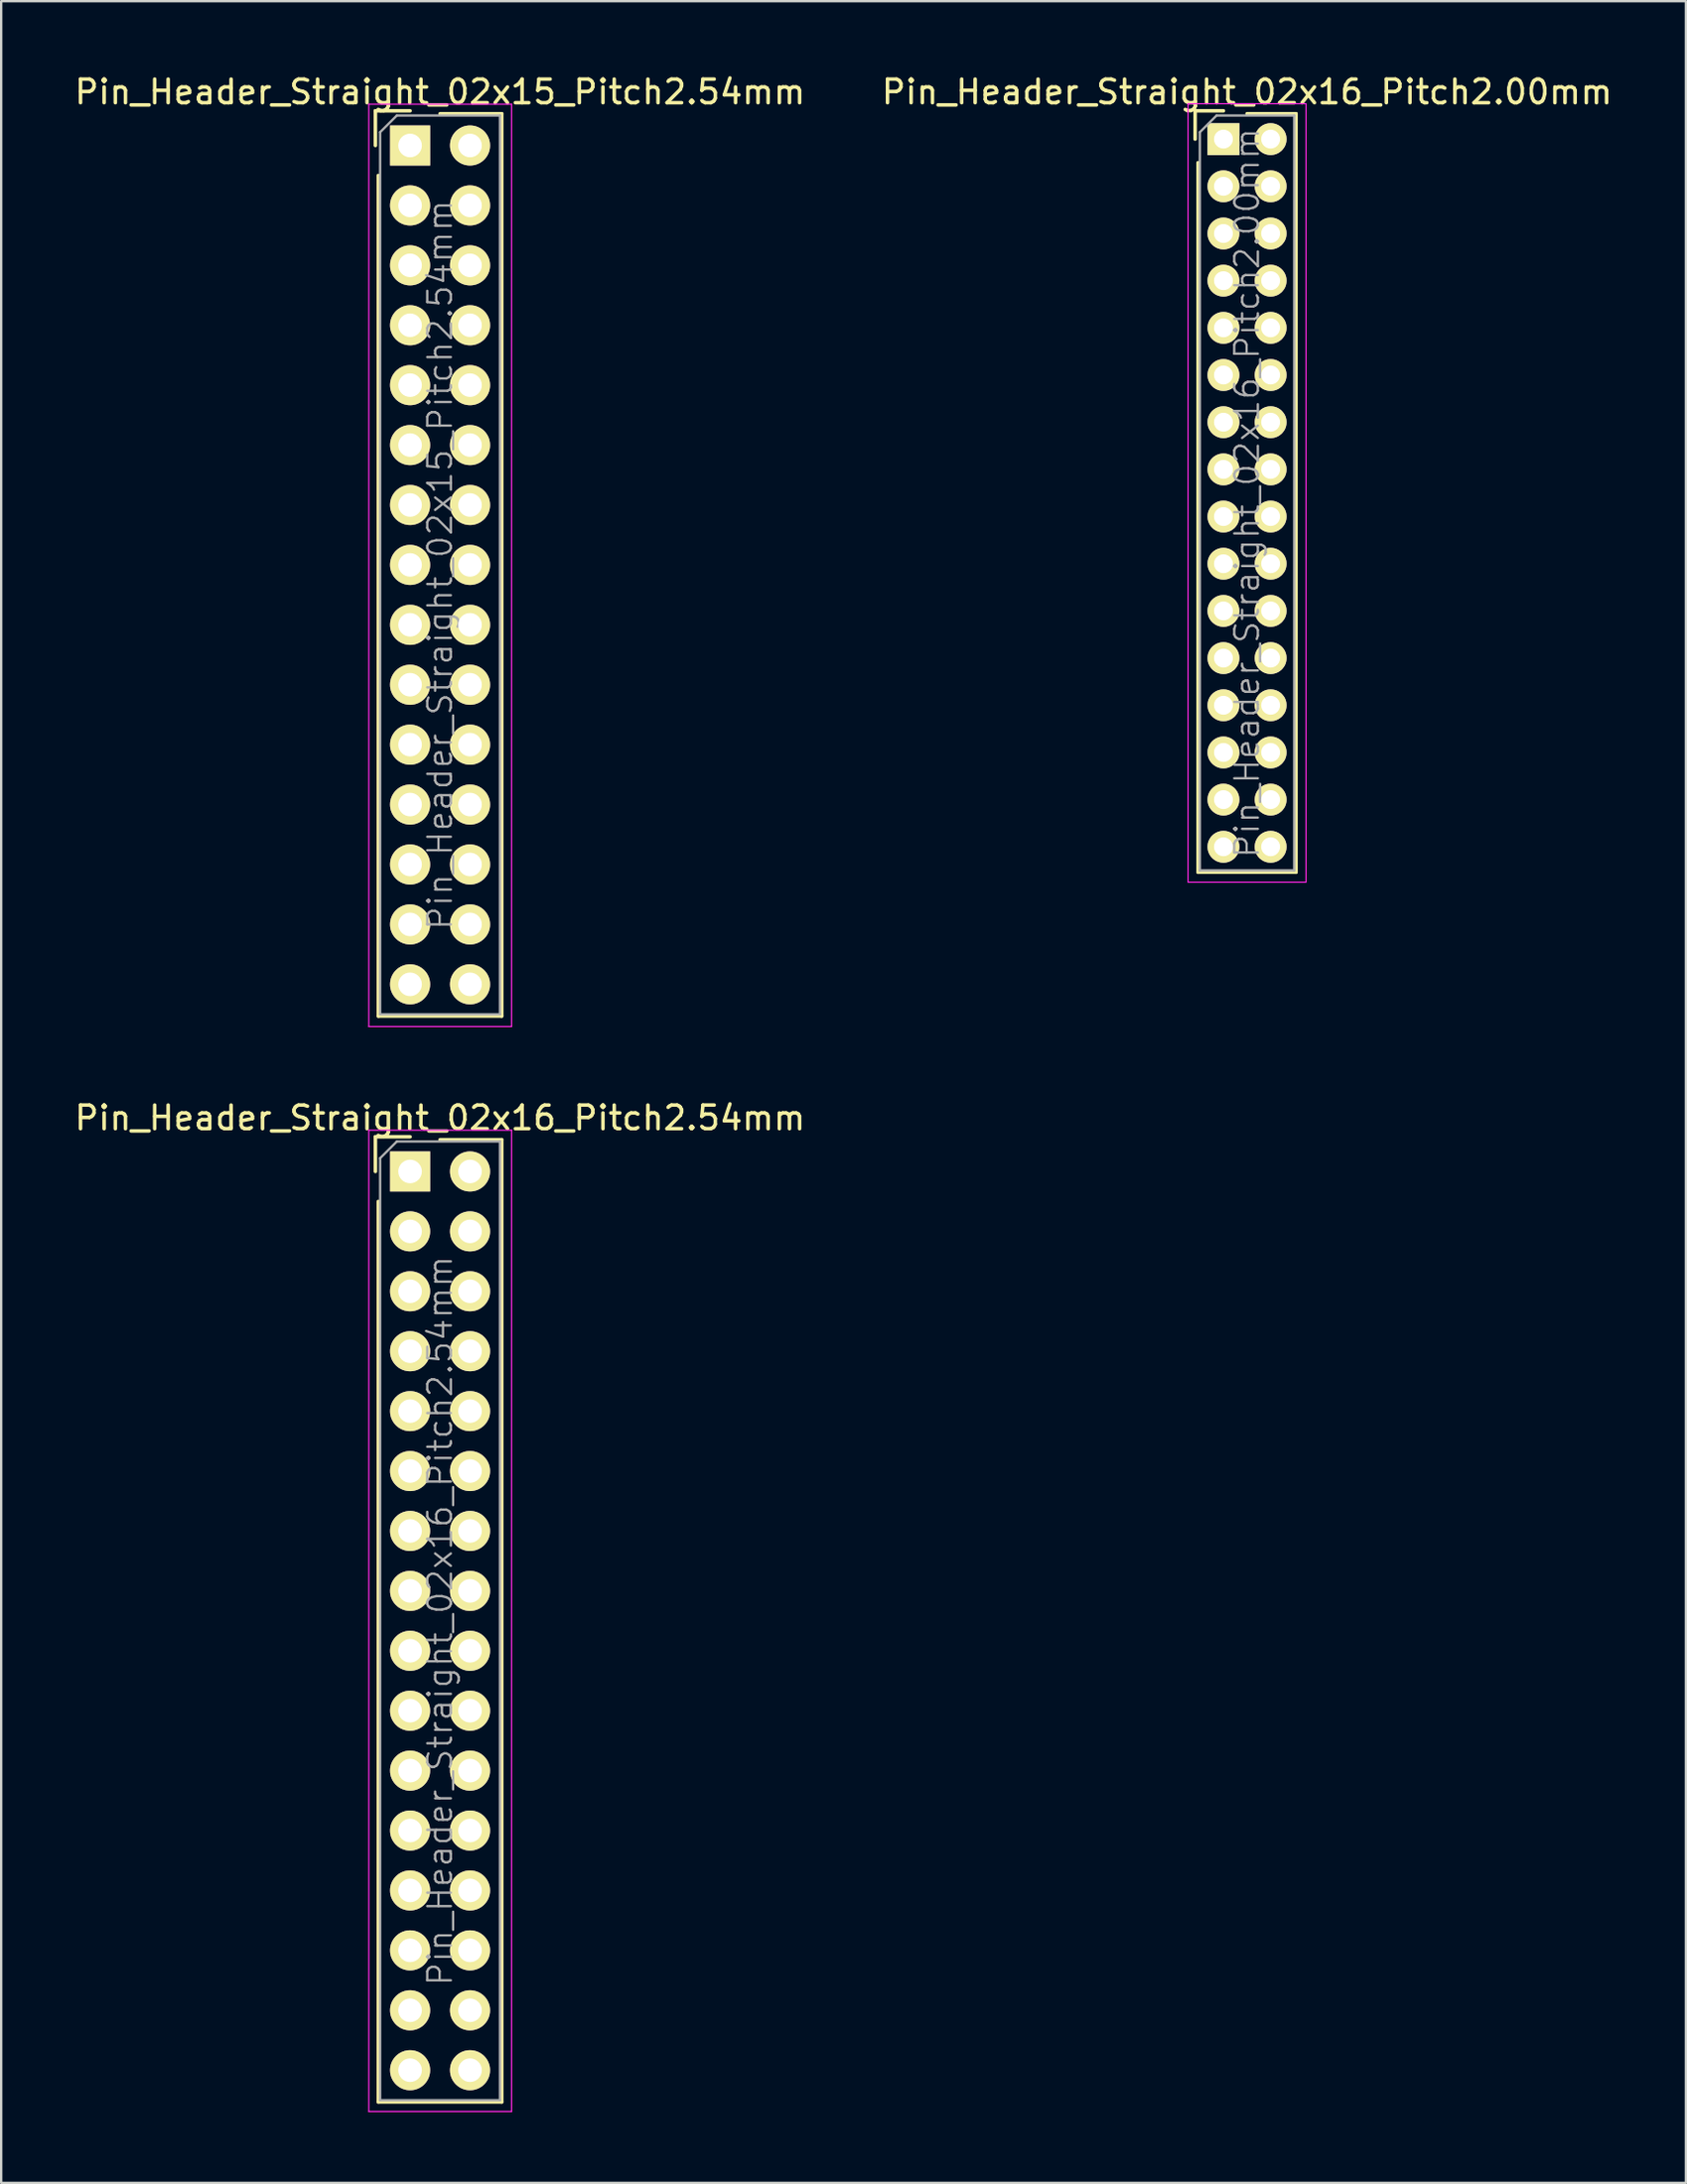
<source format=kicad_pcb>
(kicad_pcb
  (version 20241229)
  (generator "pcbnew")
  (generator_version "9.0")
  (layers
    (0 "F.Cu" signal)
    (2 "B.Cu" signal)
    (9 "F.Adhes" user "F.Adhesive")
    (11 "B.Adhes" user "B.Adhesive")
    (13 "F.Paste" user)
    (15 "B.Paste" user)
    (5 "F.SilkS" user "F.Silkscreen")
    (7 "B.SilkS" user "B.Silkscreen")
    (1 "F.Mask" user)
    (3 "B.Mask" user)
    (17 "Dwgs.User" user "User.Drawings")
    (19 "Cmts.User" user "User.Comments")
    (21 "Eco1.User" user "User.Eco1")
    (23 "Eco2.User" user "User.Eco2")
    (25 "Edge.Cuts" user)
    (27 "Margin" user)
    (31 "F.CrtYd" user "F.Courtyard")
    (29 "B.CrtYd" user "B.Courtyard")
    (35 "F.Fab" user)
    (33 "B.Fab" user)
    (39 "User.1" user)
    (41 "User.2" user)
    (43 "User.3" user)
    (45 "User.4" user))
  (footprint "Pin_Header_Straight_02x16_Pitch2.54mm"
    (layer "F.Cu")
    (at 14.331 46.611)
    (property "Reference" "Pin_Header_Straight_02x16_Pitch2.54mm" (at 1.27 -2.27 0) (layer "F.SilkS") (effects (font (size 1 1) (thickness 0.15))))
    (attr smd)
    (fp_line (start -1.47 -1.47) (end -1.47 0) (stroke (width 0.15) (type solid)) (layer "F.SilkS"))
    (fp_line (start -1.47 -1.47) (end 0 -1.47) (stroke (width 0.15) (type solid)) (layer "F.SilkS"))
    (fp_line (start -1.345 1.27) (end -1.345 39.445) (stroke (width 0.15) (type solid)) (layer "F.SilkS"))
    (fp_line (start -1.345 39.445) (end 3.885 39.445) (stroke (width 0.15) (type solid)) (layer "F.SilkS"))
    (fp_line (start 1.27 -1.345) (end 3.885 -1.345) (stroke (width 0.15) (type solid)) (layer "F.SilkS"))
    (fp_line (start 3.885 -1.345) (end 3.885 39.445) (stroke (width 0.15) (type solid)) (layer "F.SilkS"))
    (fp_line (start -1.75 -1.75) (end -1.75 39.85) (stroke (width 0.05) (type solid)) (layer "F.CrtYd"))
    (fp_line (start 4.3 -1.75) (end -1.75 -1.75) (stroke (width 0.05) (type solid)) (layer "F.CrtYd"))
    (fp_line (start 4.3 -1.75) (end 4.3 39.85) (stroke (width 0.05) (type solid)) (layer "F.CrtYd"))
    (fp_line (start 4.3 39.85) (end -1.75 39.85) (stroke (width 0.05) (type solid)) (layer "F.CrtYd"))
    (fp_line (start -1.27 -0.563) (end -0.563 -1.27) (stroke (width 0.1) (type solid)) (layer "F.Fab"))
    (fp_line (start -1.27 39.37) (end -1.27 -0.563) (stroke (width 0.1) (type solid)) (layer "F.Fab"))
    (fp_line (start 3.81 -1.27) (end -0.563 -1.27) (stroke (width 0.1) (type solid)) (layer "F.Fab"))
    (fp_line (start 3.81 39.37) (end -1.27 39.37) (stroke (width 0.1) (type solid)) (layer "F.Fab"))
    (fp_line (start 3.81 39.37) (end 3.81 -1.27) (stroke (width 0.1) (type solid)) (layer "F.Fab"))
    (fp_text user "${REFERENCE}" (at 1.27 19.05 90) (layer "F.Fab") (effects (font (size 1 1) (thickness 0.1))))
    (pad "1" thru_hole rect (at 0 0) (size 1.7 1.7) (drill 1) (layers "*.Cu" "*.Mask" "F.SilkS"))
    (pad "2" thru_hole oval (at 2.54 0) (size 1.7 1.7) (drill 1) (layers "*.Cu" "*.Mask" "F.SilkS"))
    (pad "3" thru_hole oval (at 0 2.54) (size 1.7 1.7) (drill 1) (layers "*.Cu" "*.Mask" "F.SilkS"))
    (pad "4" thru_hole oval (at 2.54 2.54) (size 1.7 1.7) (drill 1) (layers "*.Cu" "*.Mask" "F.SilkS"))
    (pad "5" thru_hole oval (at 0 5.08) (size 1.7 1.7) (drill 1) (layers "*.Cu" "*.Mask" "F.SilkS"))
    (pad "6" thru_hole oval (at 2.54 5.08) (size 1.7 1.7) (drill 1) (layers "*.Cu" "*.Mask" "F.SilkS"))
    (pad "7" thru_hole oval (at 0 7.62) (size 1.7 1.7) (drill 1) (layers "*.Cu" "*.Mask" "F.SilkS"))
    (pad "8" thru_hole oval (at 2.54 7.62) (size 1.7 1.7) (drill 1) (layers "*.Cu" "*.Mask" "F.SilkS"))
    (pad "9" thru_hole oval (at 0 10.16) (size 1.7 1.7) (drill 1) (layers "*.Cu" "*.Mask" "F.SilkS"))
    (pad "10" thru_hole oval (at 2.54 10.16) (size 1.7 1.7) (drill 1) (layers "*.Cu" "*.Mask" "F.SilkS"))
    (pad "11" thru_hole oval (at 0 12.7) (size 1.7 1.7) (drill 1) (layers "*.Cu" "*.Mask" "F.SilkS"))
    (pad "12" thru_hole oval (at 2.54 12.7) (size 1.7 1.7) (drill 1) (layers "*.Cu" "*.Mask" "F.SilkS"))
    (pad "13" thru_hole oval (at 0 15.24) (size 1.7 1.7) (drill 1) (layers "*.Cu" "*.Mask" "F.SilkS"))
    (pad "14" thru_hole oval (at 2.54 15.24) (size 1.7 1.7) (drill 1) (layers "*.Cu" "*.Mask" "F.SilkS"))
    (pad "15" thru_hole oval (at 0 17.78) (size 1.7 1.7) (drill 1) (layers "*.Cu" "*.Mask" "F.SilkS"))
    (pad "16" thru_hole oval (at 2.54 17.78) (size 1.7 1.7) (drill 1) (layers "*.Cu" "*.Mask" "F.SilkS"))
    (pad "17" thru_hole oval (at 0 20.32) (size 1.7 1.7) (drill 1) (layers "*.Cu" "*.Mask" "F.SilkS"))
    (pad "18" thru_hole oval (at 2.54 20.32) (size 1.7 1.7) (drill 1) (layers "*.Cu" "*.Mask" "F.SilkS"))
    (pad "19" thru_hole oval (at 0 22.86) (size 1.7 1.7) (drill 1) (layers "*.Cu" "*.Mask" "F.SilkS"))
    (pad "20" thru_hole oval (at 2.54 22.86) (size 1.7 1.7) (drill 1) (layers "*.Cu" "*.Mask" "F.SilkS"))
    (pad "21" thru_hole oval (at 0 25.4) (size 1.7 1.7) (drill 1) (layers "*.Cu" "*.Mask" "F.SilkS"))
    (pad "22" thru_hole oval (at 2.54 25.4) (size 1.7 1.7) (drill 1) (layers "*.Cu" "*.Mask" "F.SilkS"))
    (pad "23" thru_hole oval (at 0 27.94) (size 1.7 1.7) (drill 1) (layers "*.Cu" "*.Mask" "F.SilkS"))
    (pad "24" thru_hole oval (at 2.54 27.94) (size 1.7 1.7) (drill 1) (layers "*.Cu" "*.Mask" "F.SilkS"))
    (pad "25" thru_hole oval (at 0 30.48) (size 1.7 1.7) (drill 1) (layers "*.Cu" "*.Mask" "F.SilkS"))
    (pad "26" thru_hole oval (at 2.54 30.48) (size 1.7 1.7) (drill 1) (layers "*.Cu" "*.Mask" "F.SilkS"))
    (pad "27" thru_hole oval (at 0 33.02) (size 1.7 1.7) (drill 1) (layers "*.Cu" "*.Mask" "F.SilkS"))
    (pad "28" thru_hole oval (at 2.54 33.02) (size 1.7 1.7) (drill 1) (layers "*.Cu" "*.Mask" "F.SilkS"))
    (pad "29" thru_hole oval (at 0 35.56) (size 1.7 1.7) (drill 1) (layers "*.Cu" "*.Mask" "F.SilkS"))
    (pad "30" thru_hole oval (at 2.54 35.56) (size 1.7 1.7) (drill 1) (layers "*.Cu" "*.Mask" "F.SilkS"))
    (pad "31" thru_hole oval (at 0 38.1) (size 1.7 1.7) (drill 1) (layers "*.Cu" "*.Mask" "F.SilkS"))
    (pad "32" thru_hole oval (at 2.54 38.1) (size 1.7 1.7) (drill 1) (layers "*.Cu" "*.Mask" "F.SilkS")))
  (footprint "Pin_Header_Straight_02x16_Pitch2.00mm"
    (layer "F.Cu")
    (at 48.804 2.848)
    (property "Reference" "Pin_Header_Straight_02x16_Pitch2.00mm" (at 1 -2 0) (layer "F.SilkS") (effects (font (size 1 1) (thickness 0.15))))
    (attr smd)
    (fp_line (start -1.2 -1.2) (end -1.2 0) (stroke (width 0.15) (type solid)) (layer "F.SilkS"))
    (fp_line (start -1.2 -1.2) (end 0 -1.2) (stroke (width 0.15) (type solid)) (layer "F.SilkS"))
    (fp_line (start -1.075 1) (end -1.075 31.075) (stroke (width 0.15) (type solid)) (layer "F.SilkS"))
    (fp_line (start -1.075 31.075) (end 3.075 31.075) (stroke (width 0.15) (type solid)) (layer "F.SilkS"))
    (fp_line (start 1 -1.075) (end 3.075 -1.075) (stroke (width 0.15) (type solid)) (layer "F.SilkS"))
    (fp_line (start 3.075 -1.075) (end 3.075 31.075) (stroke (width 0.15) (type solid)) (layer "F.SilkS"))
    (fp_line (start -1.5 -1.5) (end -1.5 31.5) (stroke (width 0.05) (type solid)) (layer "F.CrtYd"))
    (fp_line (start 3.5 -1.5) (end -1.5 -1.5) (stroke (width 0.05) (type solid)) (layer "F.CrtYd"))
    (fp_line (start 3.5 -1.5) (end 3.5 31.5) (stroke (width 0.05) (type solid)) (layer "F.CrtYd"))
    (fp_line (start 3.5 31.5) (end -1.5 31.5) (stroke (width 0.05) (type solid)) (layer "F.CrtYd"))
    (fp_line (start -1 -0.293) (end -0.293 -1) (stroke (width 0.1) (type solid)) (layer "F.Fab"))
    (fp_line (start -1 31) (end -1 -0.293) (stroke (width 0.1) (type solid)) (layer "F.Fab"))
    (fp_line (start 3 -1) (end -0.293 -1) (stroke (width 0.1) (type solid)) (layer "F.Fab"))
    (fp_line (start 3 31) (end -1 31) (stroke (width 0.1) (type solid)) (layer "F.Fab"))
    (fp_line (start 3 31) (end 3 -1) (stroke (width 0.1) (type solid)) (layer "F.Fab"))
    (fp_text user "${REFERENCE}" (at 1 15 90) (layer "F.Fab") (effects (font (size 1 1) (thickness 0.1))))
    (pad "1" thru_hole rect (at 0 0) (size 1.35 1.35) (drill 0.8) (layers "*.Cu" "*.Mask" "F.SilkS"))
    (pad "2" thru_hole oval (at 2 0) (size 1.35 1.35) (drill 0.8) (layers "*.Cu" "*.Mask" "F.SilkS"))
    (pad "3" thru_hole oval (at 0 2) (size 1.35 1.35) (drill 0.8) (layers "*.Cu" "*.Mask" "F.SilkS"))
    (pad "4" thru_hole oval (at 2 2) (size 1.35 1.35) (drill 0.8) (layers "*.Cu" "*.Mask" "F.SilkS"))
    (pad "5" thru_hole oval (at 0 4) (size 1.35 1.35) (drill 0.8) (layers "*.Cu" "*.Mask" "F.SilkS"))
    (pad "6" thru_hole oval (at 2 4) (size 1.35 1.35) (drill 0.8) (layers "*.Cu" "*.Mask" "F.SilkS"))
    (pad "7" thru_hole oval (at 0 6) (size 1.35 1.35) (drill 0.8) (layers "*.Cu" "*.Mask" "F.SilkS"))
    (pad "8" thru_hole oval (at 2 6) (size 1.35 1.35) (drill 0.8) (layers "*.Cu" "*.Mask" "F.SilkS"))
    (pad "9" thru_hole oval (at 0 8) (size 1.35 1.35) (drill 0.8) (layers "*.Cu" "*.Mask" "F.SilkS"))
    (pad "10" thru_hole oval (at 2 8) (size 1.35 1.35) (drill 0.8) (layers "*.Cu" "*.Mask" "F.SilkS"))
    (pad "11" thru_hole oval (at 0 10) (size 1.35 1.35) (drill 0.8) (layers "*.Cu" "*.Mask" "F.SilkS"))
    (pad "12" thru_hole oval (at 2 10) (size 1.35 1.35) (drill 0.8) (layers "*.Cu" "*.Mask" "F.SilkS"))
    (pad "13" thru_hole oval (at 0 12) (size 1.35 1.35) (drill 0.8) (layers "*.Cu" "*.Mask" "F.SilkS"))
    (pad "14" thru_hole oval (at 2 12) (size 1.35 1.35) (drill 0.8) (layers "*.Cu" "*.Mask" "F.SilkS"))
    (pad "15" thru_hole oval (at 0 14) (size 1.35 1.35) (drill 0.8) (layers "*.Cu" "*.Mask" "F.SilkS"))
    (pad "16" thru_hole oval (at 2 14) (size 1.35 1.35) (drill 0.8) (layers "*.Cu" "*.Mask" "F.SilkS"))
    (pad "17" thru_hole oval (at 0 16) (size 1.35 1.35) (drill 0.8) (layers "*.Cu" "*.Mask" "F.SilkS"))
    (pad "18" thru_hole oval (at 2 16) (size 1.35 1.35) (drill 0.8) (layers "*.Cu" "*.Mask" "F.SilkS"))
    (pad "19" thru_hole oval (at 0 18) (size 1.35 1.35) (drill 0.8) (layers "*.Cu" "*.Mask" "F.SilkS"))
    (pad "20" thru_hole oval (at 2 18) (size 1.35 1.35) (drill 0.8) (layers "*.Cu" "*.Mask" "F.SilkS"))
    (pad "21" thru_hole oval (at 0 20) (size 1.35 1.35) (drill 0.8) (layers "*.Cu" "*.Mask" "F.SilkS"))
    (pad "22" thru_hole oval (at 2 20) (size 1.35 1.35) (drill 0.8) (layers "*.Cu" "*.Mask" "F.SilkS"))
    (pad "23" thru_hole oval (at 0 22) (size 1.35 1.35) (drill 0.8) (layers "*.Cu" "*.Mask" "F.SilkS"))
    (pad "24" thru_hole oval (at 2 22) (size 1.35 1.35) (drill 0.8) (layers "*.Cu" "*.Mask" "F.SilkS"))
    (pad "25" thru_hole oval (at 0 24) (size 1.35 1.35) (drill 0.8) (layers "*.Cu" "*.Mask" "F.SilkS"))
    (pad "26" thru_hole oval (at 2 24) (size 1.35 1.35) (drill 0.8) (layers "*.Cu" "*.Mask" "F.SilkS"))
    (pad "27" thru_hole oval (at 0 26) (size 1.35 1.35) (drill 0.8) (layers "*.Cu" "*.Mask" "F.SilkS"))
    (pad "28" thru_hole oval (at 2 26) (size 1.35 1.35) (drill 0.8) (layers "*.Cu" "*.Mask" "F.SilkS"))
    (pad "29" thru_hole oval (at 0 28) (size 1.35 1.35) (drill 0.8) (layers "*.Cu" "*.Mask" "F.SilkS"))
    (pad "30" thru_hole oval (at 2 28) (size 1.35 1.35) (drill 0.8) (layers "*.Cu" "*.Mask" "F.SilkS"))
    (pad "31" thru_hole oval (at 0 30) (size 1.35 1.35) (drill 0.8) (layers "*.Cu" "*.Mask" "F.SilkS"))
    (pad "32" thru_hole oval (at 2 30) (size 1.35 1.35) (drill 0.8) (layers "*.Cu" "*.Mask" "F.SilkS")))
  (footprint "Pin_Header_Straight_02x15_Pitch2.54mm"
    (layer "F.Cu")
    (at 14.331 3.118)
    (property "Reference" "Pin_Header_Straight_02x15_Pitch2.54mm" (at 1.27 -2.27 0) (layer "F.SilkS") (effects (font (size 1 1) (thickness 0.15))))
    (attr smd)
    (fp_line (start -1.47 -1.47) (end -1.47 0) (stroke (width 0.15) (type solid)) (layer "F.SilkS"))
    (fp_line (start -1.47 -1.47) (end 0 -1.47) (stroke (width 0.15) (type solid)) (layer "F.SilkS"))
    (fp_line (start -1.345 1.27) (end -1.345 36.905) (stroke (width 0.15) (type solid)) (layer "F.SilkS"))
    (fp_line (start -1.345 36.905) (end 3.885 36.905) (stroke (width 0.15) (type solid)) (layer "F.SilkS"))
    (fp_line (start 1.27 -1.345) (end 3.885 -1.345) (stroke (width 0.15) (type solid)) (layer "F.SilkS"))
    (fp_line (start 3.885 -1.345) (end 3.885 36.905) (stroke (width 0.15) (type solid)) (layer "F.SilkS"))
    (fp_line (start -1.75 -1.75) (end -1.75 37.35) (stroke (width 0.05) (type solid)) (layer "F.CrtYd"))
    (fp_line (start 4.3 -1.75) (end -1.75 -1.75) (stroke (width 0.05) (type solid)) (layer "F.CrtYd"))
    (fp_line (start 4.3 -1.75) (end 4.3 37.35) (stroke (width 0.05) (type solid)) (layer "F.CrtYd"))
    (fp_line (start 4.3 37.35) (end -1.75 37.35) (stroke (width 0.05) (type solid)) (layer "F.CrtYd"))
    (fp_line (start -1.27 -0.563) (end -0.563 -1.27) (stroke (width 0.1) (type solid)) (layer "F.Fab"))
    (fp_line (start -1.27 36.83) (end -1.27 -0.563) (stroke (width 0.1) (type solid)) (layer "F.Fab"))
    (fp_line (start 3.81 -1.27) (end -0.563 -1.27) (stroke (width 0.1) (type solid)) (layer "F.Fab"))
    (fp_line (start 3.81 36.83) (end -1.27 36.83) (stroke (width 0.1) (type solid)) (layer "F.Fab"))
    (fp_line (start 3.81 36.83) (end 3.81 -1.27) (stroke (width 0.1) (type solid)) (layer "F.Fab"))
    (fp_text user "${REFERENCE}" (at 1.27 17.78 90) (layer "F.Fab") (effects (font (size 1 1) (thickness 0.1))))
    (pad "1" thru_hole rect (at 0 0) (size 1.7 1.7) (drill 1) (layers "*.Cu" "*.Mask" "F.SilkS"))
    (pad "2" thru_hole oval (at 2.54 0) (size 1.7 1.7) (drill 1) (layers "*.Cu" "*.Mask" "F.SilkS"))
    (pad "3" thru_hole oval (at 0 2.54) (size 1.7 1.7) (drill 1) (layers "*.Cu" "*.Mask" "F.SilkS"))
    (pad "4" thru_hole oval (at 2.54 2.54) (size 1.7 1.7) (drill 1) (layers "*.Cu" "*.Mask" "F.SilkS"))
    (pad "5" thru_hole oval (at 0 5.08) (size 1.7 1.7) (drill 1) (layers "*.Cu" "*.Mask" "F.SilkS"))
    (pad "6" thru_hole oval (at 2.54 5.08) (size 1.7 1.7) (drill 1) (layers "*.Cu" "*.Mask" "F.SilkS"))
    (pad "7" thru_hole oval (at 0 7.62) (size 1.7 1.7) (drill 1) (layers "*.Cu" "*.Mask" "F.SilkS"))
    (pad "8" thru_hole oval (at 2.54 7.62) (size 1.7 1.7) (drill 1) (layers "*.Cu" "*.Mask" "F.SilkS"))
    (pad "9" thru_hole oval (at 0 10.16) (size 1.7 1.7) (drill 1) (layers "*.Cu" "*.Mask" "F.SilkS"))
    (pad "10" thru_hole oval (at 2.54 10.16) (size 1.7 1.7) (drill 1) (layers "*.Cu" "*.Mask" "F.SilkS"))
    (pad "11" thru_hole oval (at 0 12.7) (size 1.7 1.7) (drill 1) (layers "*.Cu" "*.Mask" "F.SilkS"))
    (pad "12" thru_hole oval (at 2.54 12.7) (size 1.7 1.7) (drill 1) (layers "*.Cu" "*.Mask" "F.SilkS"))
    (pad "13" thru_hole oval (at 0 15.24) (size 1.7 1.7) (drill 1) (layers "*.Cu" "*.Mask" "F.SilkS"))
    (pad "14" thru_hole oval (at 2.54 15.24) (size 1.7 1.7) (drill 1) (layers "*.Cu" "*.Mask" "F.SilkS"))
    (pad "15" thru_hole oval (at 0 17.78) (size 1.7 1.7) (drill 1) (layers "*.Cu" "*.Mask" "F.SilkS"))
    (pad "16" thru_hole oval (at 2.54 17.78) (size 1.7 1.7) (drill 1) (layers "*.Cu" "*.Mask" "F.SilkS"))
    (pad "17" thru_hole oval (at 0 20.32) (size 1.7 1.7) (drill 1) (layers "*.Cu" "*.Mask" "F.SilkS"))
    (pad "18" thru_hole oval (at 2.54 20.32) (size 1.7 1.7) (drill 1) (layers "*.Cu" "*.Mask" "F.SilkS"))
    (pad "19" thru_hole oval (at 0 22.86) (size 1.7 1.7) (drill 1) (layers "*.Cu" "*.Mask" "F.SilkS"))
    (pad "20" thru_hole oval (at 2.54 22.86) (size 1.7 1.7) (drill 1) (layers "*.Cu" "*.Mask" "F.SilkS"))
    (pad "21" thru_hole oval (at 0 25.4) (size 1.7 1.7) (drill 1) (layers "*.Cu" "*.Mask" "F.SilkS"))
    (pad "22" thru_hole oval (at 2.54 25.4) (size 1.7 1.7) (drill 1) (layers "*.Cu" "*.Mask" "F.SilkS"))
    (pad "23" thru_hole oval (at 0 27.94) (size 1.7 1.7) (drill 1) (layers "*.Cu" "*.Mask" "F.SilkS"))
    (pad "24" thru_hole oval (at 2.54 27.94) (size 1.7 1.7) (drill 1) (layers "*.Cu" "*.Mask" "F.SilkS"))
    (pad "25" thru_hole oval (at 0 30.48) (size 1.7 1.7) (drill 1) (layers "*.Cu" "*.Mask" "F.SilkS"))
    (pad "26" thru_hole oval (at 2.54 30.48) (size 1.7 1.7) (drill 1) (layers "*.Cu" "*.Mask" "F.SilkS"))
    (pad "27" thru_hole oval (at 0 33.02) (size 1.7 1.7) (drill 1) (layers "*.Cu" "*.Mask" "F.SilkS"))
    (pad "28" thru_hole oval (at 2.54 33.02) (size 1.7 1.7) (drill 1) (layers "*.Cu" "*.Mask" "F.SilkS"))
    (pad "29" thru_hole oval (at 0 35.56) (size 1.7 1.7) (drill 1) (layers "*.Cu" "*.Mask" "F.SilkS"))
    (pad "30" thru_hole oval (at 2.54 35.56) (size 1.7 1.7) (drill 1) (layers "*.Cu" "*.Mask" "F.SilkS")))
  (gr_rect
    (start -3 -3)
    (end 68.405 89.487)
    (stroke (width 0.1) (type default))
    (fill no)
    (layer "Edge.Cuts")))
</source>
